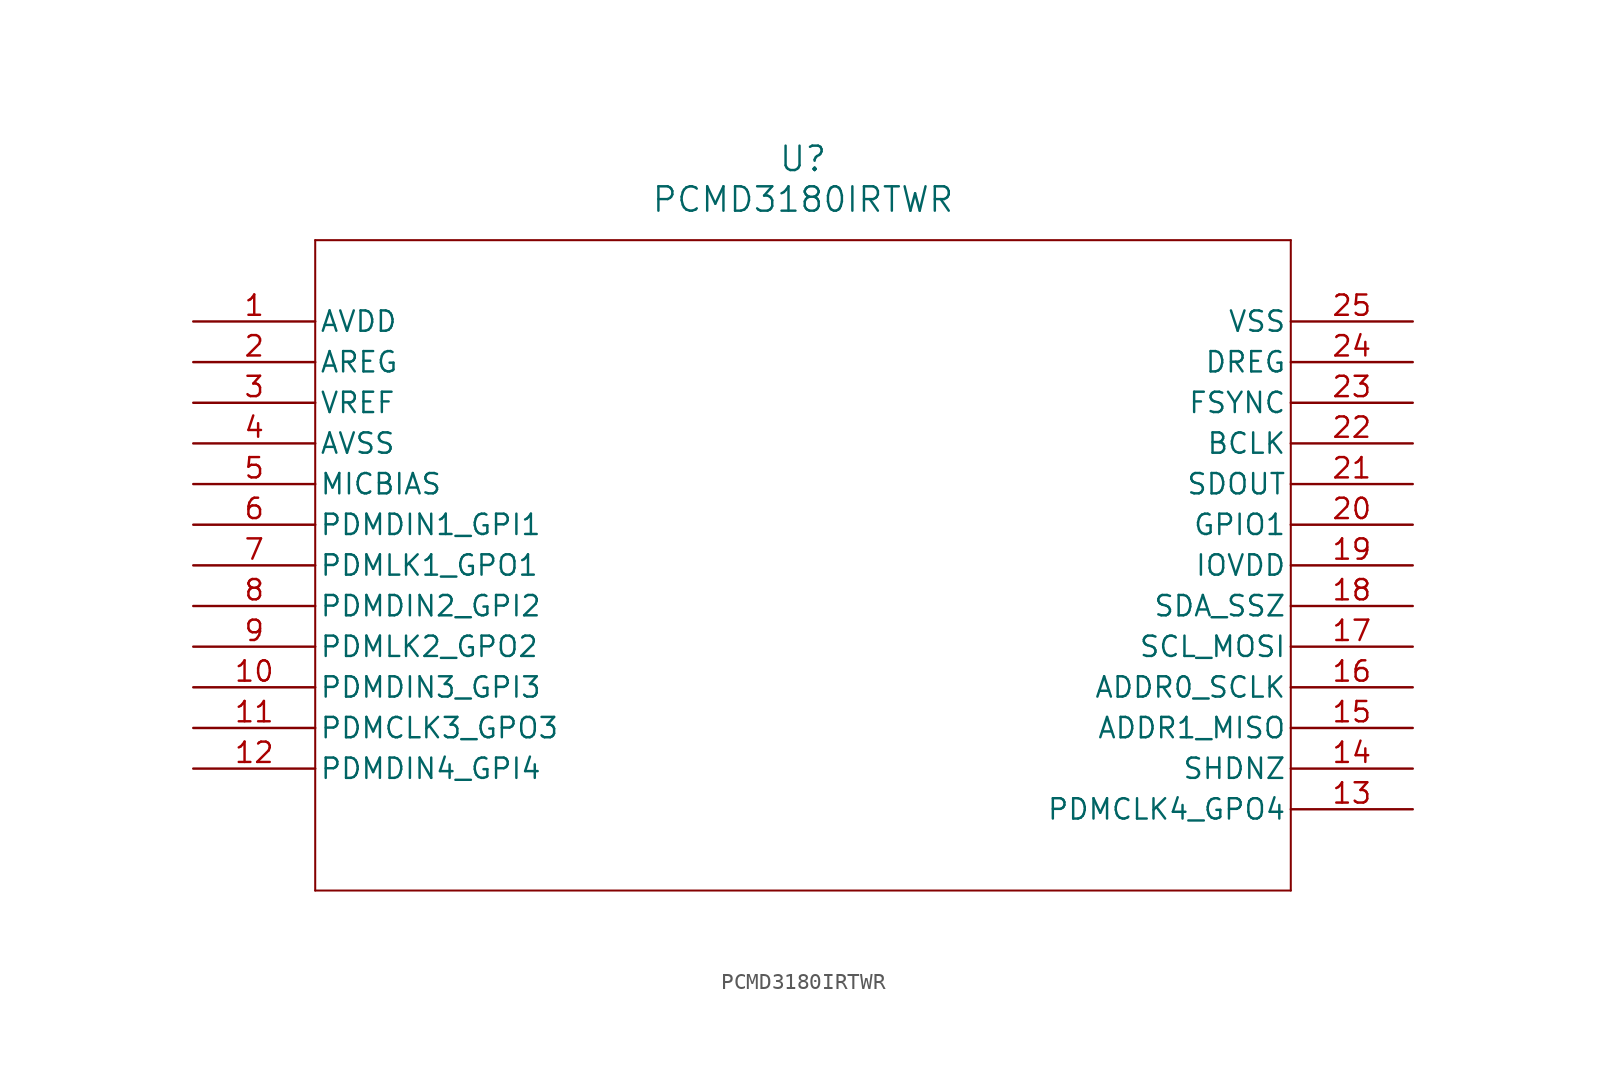
<source format=kicad_sym>
(kicad_symbol_lib
  (version 20211014)
  (generator kicad_symbol_editor)
  (symbol "PCMD3180IRTWR"
    (pin_names
      (offset 0.254))
    (property "Reference" "U"
      (at 38.1 10.16 0)
      (effects (font (size 1.524 1.524))))
    (property "Value" "PCMD3180IRTWR"
      (at 38.1 7.62 0)
      (effects (font (size 1.524 1.524))))
    (symbol "PCMD3180IRTWR_0_1"
      (polyline (pts (xy 7.62 5.08) (xy 7.62 -35.56)) (stroke (width 0.127) (type default) (color 0 0 0 0)) (fill (type none)))
      (polyline (pts (xy 7.62 -35.56) (xy 68.58 -35.56)) (stroke (width 0.127) (type default) (color 0 0 0 0)) (fill (type none)))
      (polyline (pts (xy 68.58 -35.56) (xy 68.58 5.08)) (stroke (width 0.127) (type default) (color 0 0 0 0)) (fill (type none)))
      (polyline (pts (xy 68.58 5.08) (xy 7.62 5.08)) (stroke (width 0.127) (type default) (color 0 0 0 0)) (fill (type none)))
      (pin power_in line (at 0 0 0) (length 7.62) (name "AVDD" (effects (font (size 1.27 1.27)))) (number "1" (effects (font (size 1.27 1.27)))))
      (pin unspecified line (at 0 -2.54 0) (length 7.62) (name "AREG" (effects (font (size 1.27 1.27)))) (number "2" (effects (font (size 1.27 1.27)))))
      (pin power_in line (at 0 -5.08 0) (length 7.62) (name "VREF" (effects (font (size 1.27 1.27)))) (number "3" (effects (font (size 1.27 1.27)))))
      (pin power_out line (at 0 -7.62 0) (length 7.62) (name "AVSS" (effects (font (size 1.27 1.27)))) (number "4" (effects (font (size 1.27 1.27)))))
      (pin unspecified line (at 0 -10.16 0) (length 7.62) (name "MICBIAS" (effects (font (size 1.27 1.27)))) (number "5" (effects (font (size 1.27 1.27)))))
      (pin input line (at 0 -12.7 0) (length 7.62) (name "PDMDIN1_GPI1" (effects (font (size 1.27 1.27)))) (number "6" (effects (font (size 1.27 1.27)))))
      (pin bidirectional line (at 0 -15.24 0) (length 7.62) (name "PDMLK1_GPO1" (effects (font (size 1.27 1.27)))) (number "7" (effects (font (size 1.27 1.27)))))
      (pin input line (at 0 -17.78 0) (length 7.62) (name "PDMDIN2_GPI2" (effects (font (size 1.27 1.27)))) (number "8" (effects (font (size 1.27 1.27)))))
      (pin bidirectional line (at 0 -20.32 0) (length 7.62) (name "PDMLK2_GPO2" (effects (font (size 1.27 1.27)))) (number "9" (effects (font (size 1.27 1.27)))))
      (pin input line (at 0 -22.86 0) (length 7.62) (name "PDMDIN3_GPI3" (effects (font (size 1.27 1.27)))) (number "10" (effects (font (size 1.27 1.27)))))
      (pin bidirectional line (at 0 -25.4 0) (length 7.62) (name "PDMCLK3_GPO3" (effects (font (size 1.27 1.27)))) (number "11" (effects (font (size 1.27 1.27)))))
      (pin input line (at 0 -27.94 0) (length 7.62) (name "PDMDIN4_GPI4" (effects (font (size 1.27 1.27)))) (number "12" (effects (font (size 1.27 1.27)))))
      (pin bidirectional line (at 76.2 -30.48 180) (length 7.62) (name "PDMCLK4_GPO4" (effects (font (size 1.27 1.27)))) (number "13" (effects (font (size 1.27 1.27)))))
      (pin unspecified line (at 76.2 -27.94 180) (length 7.62) (name "SHDNZ" (effects (font (size 1.27 1.27)))) (number "14" (effects (font (size 1.27 1.27)))))
      (pin bidirectional line (at 76.2 -25.4 180) (length 7.62) (name "ADDR1_MISO" (effects (font (size 1.27 1.27)))) (number "15" (effects (font (size 1.27 1.27)))))
      (pin bidirectional line (at 76.2 -22.86 180) (length 7.62) (name "ADDR0_SCLK" (effects (font (size 1.27 1.27)))) (number "16" (effects (font (size 1.27 1.27)))))
      (pin unspecified line (at 76.2 -20.32 180) (length 7.62) (name "SCL_MOSI" (effects (font (size 1.27 1.27)))) (number "17" (effects (font (size 1.27 1.27)))))
      (pin unspecified line (at 76.2 -17.78 180) (length 7.62) (name "SDA_SSZ" (effects (font (size 1.27 1.27)))) (number "18" (effects (font (size 1.27 1.27)))))
      (pin power_in line (at 76.2 -15.24 180) (length 7.62) (name "IOVDD" (effects (font (size 1.27 1.27)))) (number "19" (effects (font (size 1.27 1.27)))))
      (pin unspecified line (at 76.2 -12.7 180) (length 7.62) (name "GPIO1" (effects (font (size 1.27 1.27)))) (number "20" (effects (font (size 1.27 1.27)))))
      (pin output line (at 76.2 -10.16 180) (length 7.62) (name "SDOUT" (effects (font (size 1.27 1.27)))) (number "21" (effects (font (size 1.27 1.27)))))
      (pin unspecified line (at 76.2 -7.62 180) (length 7.62) (name "BCLK" (effects (font (size 1.27 1.27)))) (number "22" (effects (font (size 1.27 1.27)))))
      (pin unspecified line (at 76.2 -5.08 180) (length 7.62) (name "FSYNC" (effects (font (size 1.27 1.27)))) (number "23" (effects (font (size 1.27 1.27)))))
      (pin unspecified line (at 76.2 -2.54 180) (length 7.62) (name "DREG" (effects (font (size 1.27 1.27)))) (number "24" (effects (font (size 1.27 1.27)))))
      (pin power_out line (at 76.2 0 180) (length 7.62) (name "VSS" (effects (font (size 1.27 1.27)))) (number "25" (effects (font (size 1.27 1.27))))))))
</source>
